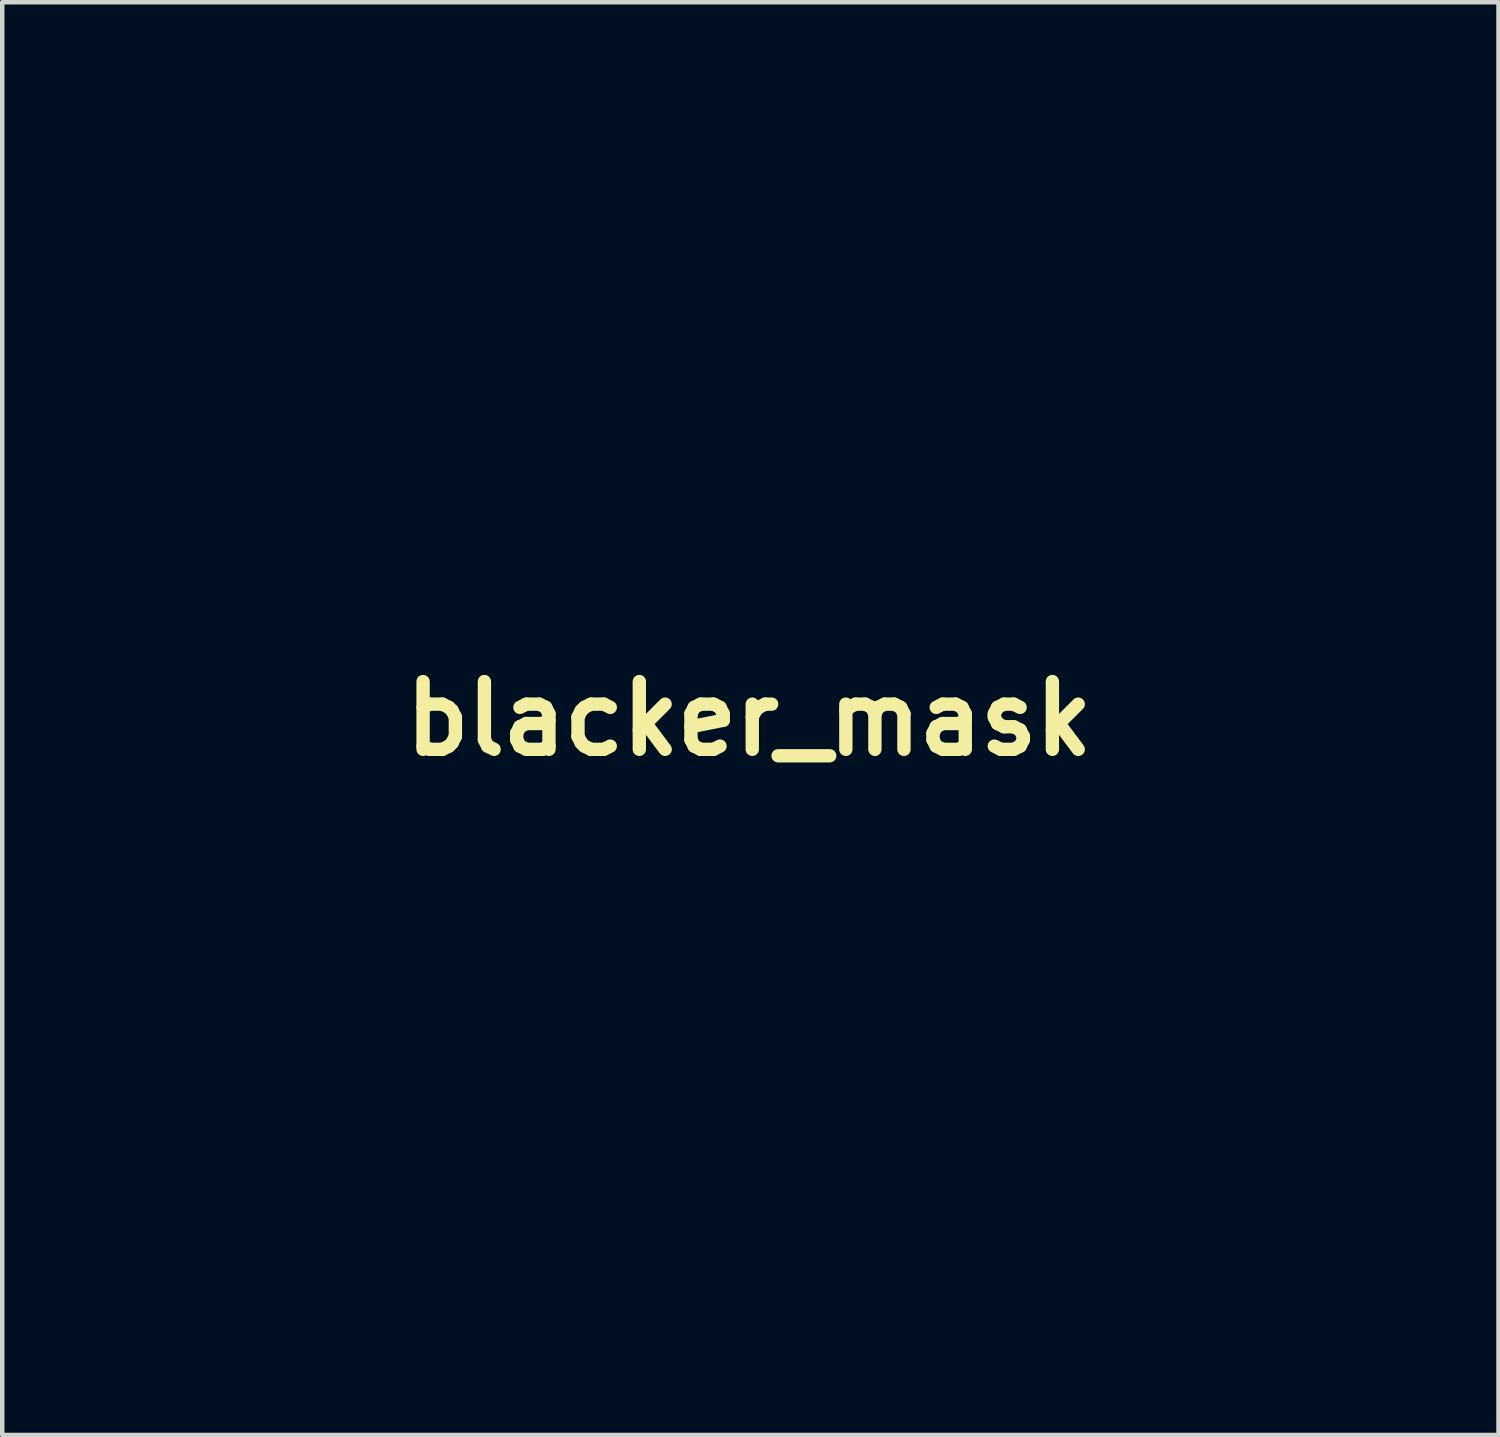
<source format=kicad_pcb>
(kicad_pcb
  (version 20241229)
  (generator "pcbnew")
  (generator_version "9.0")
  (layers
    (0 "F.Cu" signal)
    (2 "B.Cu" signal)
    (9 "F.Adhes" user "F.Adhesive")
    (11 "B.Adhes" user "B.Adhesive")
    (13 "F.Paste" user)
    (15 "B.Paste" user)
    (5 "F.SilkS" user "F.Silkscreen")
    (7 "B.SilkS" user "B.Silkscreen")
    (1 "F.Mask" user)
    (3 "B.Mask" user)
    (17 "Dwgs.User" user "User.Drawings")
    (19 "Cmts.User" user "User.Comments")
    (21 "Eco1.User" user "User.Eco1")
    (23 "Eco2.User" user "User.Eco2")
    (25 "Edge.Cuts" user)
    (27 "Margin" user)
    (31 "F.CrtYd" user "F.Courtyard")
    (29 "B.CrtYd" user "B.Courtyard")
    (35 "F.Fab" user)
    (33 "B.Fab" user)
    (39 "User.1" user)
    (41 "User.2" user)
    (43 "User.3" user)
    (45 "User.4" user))
  (footprint "blacker_mask"
    (layer "F.Cu")
    (at 13.794 13.111)
    (property "Reference" "blacker_mask" (at 0 0 0) (layer "F.SilkS") (effects (font (size 1.524 1.524) (thickness 0.3))))
    (attr through_hole)
    (fp_poly (pts (xy -2.685 -8.527) (xy -2.721 -8.491) (xy -2.758 -8.527) (xy -2.721 -8.563) (xy -2.685 -8.527)) (stroke (width 0.01) (type solid)) (fill yes) (layer "F.Mask"))
    (fp_poly (pts (xy 2.685 -8.672) (xy 2.649 -8.636) (xy 2.613 -8.672) (xy 2.649 -8.709) (xy 2.685 -8.672)) (stroke (width 0.01) (type solid)) (fill yes) (layer "F.Mask"))
    (fp_poly (pts (xy -4.069 11.285) (xy -3.947 11.376) (xy -3.942 11.495) (xy -4.049 11.583) (xy -4.256 11.597) (xy -4.437 11.563) (xy -4.53 11.491) (xy -4.523 11.385) (xy -4.435 11.289) (xy -4.291 11.25) (xy -4.069 11.285)) (stroke (width 0.01) (type solid)) (fill yes) (layer "F.Mask"))
    (fp_poly (pts (xy -1.474 11.654) (xy -1.391 11.796) (xy -1.319 11.987) (xy -1.338 12.084) (xy -1.46 12.118) (xy -1.532 12.119) (xy -1.684 12.106) (xy -1.722 12.05) (xy -1.705 11.992) (xy -1.638 11.81) (xy -1.616 11.738) (xy -1.554 11.624) (xy -1.474 11.654)) (stroke (width 0.01) (type solid)) (fill yes) (layer "F.Mask"))
    (fp_poly (pts (xy -4.124 11.864) (xy -3.982 11.952) (xy -3.935 12.066) (xy -3.953 12.116) (xy -4.052 12.166) (xy -4.225 12.19) (xy -4.404 12.184) (xy -4.521 12.146) (xy -4.524 12.144) (xy -4.565 12.037) (xy -4.572 11.962) (xy -4.537 11.868) (xy -4.407 11.832) (xy -4.327 11.829) (xy -4.124 11.864)) (stroke (width 0.01) (type solid)) (fill yes) (layer "F.Mask"))
    (fp_poly (pts (xy 4.63 11.219) (xy 4.68 11.32) (xy 4.695 11.48) (xy 4.602 11.584) (xy 4.386 11.65) (xy 4.34 11.658) (xy 4.167 11.675) (xy 4.085 11.63) (xy 4.045 11.496) (xy 4.044 11.492) (xy 4.02 11.342) (xy 4.045 11.264) (xy 4.153 11.225) (xy 4.341 11.198) (xy 4.532 11.183) (xy 4.63 11.219)) (stroke (width 0.01) (type solid)) (fill yes) (layer "F.Mask"))
    (fp_poly (pts (xy 6.752 8.044) (xy 7.038 8.224) (xy 7.337 8.411) (xy 7.524 8.527) (xy 7.777 8.711) (xy 7.891 8.872) (xy 7.866 9.023) (xy 7.705 9.179) (xy 7.573 9.263) (xy 7.33 9.389) (xy 7.013 9.529) (xy 6.688 9.656) (xy 6.662 9.666) (xy 6.098 9.865) (xy 6.049 9.671) (xy 6.034 9.493) (xy 6.043 9.217) (xy 6.072 8.887) (xy 6.115 8.549) (xy 6.167 8.246) (xy 6.223 8.023) (xy 6.243 7.972) (xy 6.331 7.779) (xy 6.752 8.044)) (stroke (width 0.01) (type solid)) (fill yes) (layer "F.Mask"))
    (fp_poly (pts (xy -9.55 2.609) (xy -9.531 2.798) (xy -9.517 3.085) (xy -9.509 3.446) (xy -9.507 3.737) (xy -9.51 4.136) (xy -9.519 4.478) (xy -9.532 4.74) (xy -9.548 4.899) (xy -9.561 4.935) (xy -9.654 4.9) (xy -9.812 4.815) (xy -9.842 4.797) (xy -10.146 4.536) (xy -10.334 4.211) (xy -10.398 3.848) (xy -10.33 3.475) (xy -10.271 3.343) (xy -10.16 3.165) (xy -10.006 2.961) (xy -9.838 2.767) (xy -9.687 2.615) (xy -9.583 2.542) (xy -9.571 2.54) (xy -9.55 2.609)) (stroke (width 0.01) (type solid)) (fill yes) (layer "F.Mask"))
    (fp_poly (pts (xy 9.896 2.511) (xy 10.146 2.723) (xy 10.151 2.727) (xy 10.459 3.072) (xy 10.624 3.42) (xy 10.646 3.766) (xy 10.525 4.104) (xy 10.26 4.429) (xy 10.232 4.455) (xy 10.058 4.602) (xy 9.924 4.697) (xy 9.876 4.717) (xy 9.824 4.653) (xy 9.778 4.495) (xy 9.769 4.445) (xy 9.742 4.229) (xy 9.712 3.935) (xy 9.688 3.665) (xy 9.661 3.335) (xy 9.63 2.997) (xy 9.608 2.776) (xy 9.598 2.541) (xy 9.634 2.419) (xy 9.729 2.41) (xy 9.896 2.511)) (stroke (width 0.01) (type solid)) (fill yes) (layer "F.Mask"))
    (fp_poly (pts (xy -6.206 8.087) (xy -6.142 8.26) (xy -6.079 8.524) (xy -6.024 8.85) (xy -5.982 9.213) (xy -5.975 9.307) (xy -5.954 9.63) (xy -5.96 9.826) (xy -6.014 9.917) (xy -6.136 9.92) (xy -6.346 9.856) (xy -6.496 9.802) (xy -6.841 9.666) (xy -7.175 9.512) (xy -7.454 9.361) (xy -7.633 9.237) (xy -7.712 9.113) (xy -7.677 8.969) (xy -7.522 8.798) (xy -7.24 8.591) (xy -6.962 8.42) (xy -6.689 8.261) (xy -6.462 8.133) (xy -6.311 8.052) (xy -6.266 8.031) (xy -6.206 8.087)) (stroke (width 0.01) (type solid)) (fill yes) (layer "F.Mask"))
    (fp_poly (pts (xy -2.092 -3.314) (xy -1.732 -3.298) (xy -1.328 -3.274) (xy -0.905 -3.245) (xy -0.491 -3.213) (xy -0.112 -3.18) (xy 0.207 -3.147) (xy 0.44 -3.116) (xy 0.559 -3.09) (xy 0.568 -3.085) (xy 0.545 -3.017) (xy 0.431 -2.895) (xy 0.259 -2.744) (xy 0.058 -2.592) (xy -0.141 -2.464) (xy -0.177 -2.444) (xy -0.299 -2.384) (xy -0.424 -2.342) (xy -0.577 -2.316) (xy -0.787 -2.303) (xy -1.079 -2.3) (xy -1.483 -2.306) (xy -1.61 -2.308) (xy -2.268 -2.309) (xy -2.865 -2.286) (xy -3.38 -2.24) (xy -3.794 -2.174) (xy -4.089 -2.089) (xy -4.147 -2.063) (xy -4.31 -2.006) (xy -4.51 -1.97) (xy -4.701 -1.958) (xy -4.832 -1.975) (xy -4.862 -2.005) (xy -4.81 -2.146) (xy -4.674 -2.338) (xy -4.486 -2.544) (xy -4.276 -2.727) (xy -4.246 -2.75) (xy -3.732 -3.037) (xy -3.135 -3.233) (xy -2.576 -3.317) (xy -2.383 -3.321) (xy -2.092 -3.314)) (stroke (width 0.01) (type solid)) (fill yes) (layer "F.Mask"))
    (fp_poly (pts (xy 12.225 0.275) (xy 12.248 0.365) (xy 12.262 0.549) (xy 12.265 0.665) (xy 12.279 0.876) (xy 12.317 0.999) (xy 12.342 1.016) (xy 12.442 0.978) (xy 12.613 0.879) (xy 12.733 0.8) (xy 12.951 0.667) (xy 13.204 0.537) (xy 13.456 0.425) (xy 13.672 0.347) (xy 13.815 0.317) (xy 13.849 0.326) (xy 13.827 0.401) (xy 13.709 0.547) (xy 13.512 0.75) (xy 13.255 0.992) (xy 12.956 1.258) (xy 12.634 1.53) (xy 12.305 1.793) (xy 11.99 2.03) (xy 11.745 2.2) (xy 11.43 2.405) (xy 11.153 2.583) (xy 10.939 2.716) (xy 10.814 2.789) (xy 10.797 2.796) (xy 10.678 2.777) (xy 10.564 2.691) (xy 10.436 2.575) (xy 10.232 2.418) (xy 10.024 2.271) (xy 9.772 2.097) (xy 9.619 1.973) (xy 9.54 1.873) (xy 9.511 1.769) (xy 9.508 1.7) (xy 9.563 1.526) (xy 9.735 1.365) (xy 10.035 1.212) (xy 10.45 1.065) (xy 10.828 0.93) (xy 11.241 0.751) (xy 11.605 0.568) (xy 11.626 0.555) (xy 11.879 0.417) (xy 12.082 0.319) (xy 12.204 0.274) (xy 12.225 0.275)) (stroke (width 0.01) (type solid)) (fill yes) (layer "F.Mask"))
    (fp_poly (pts (xy -12.103 0.559) (xy -11.929 0.63) (xy -11.688 0.746) (xy -11.531 0.826) (xy -11.16 1.005) (xy -10.734 1.186) (xy -10.336 1.334) (xy -10.277 1.353) (xy -9.877 1.5) (xy -9.615 1.641) (xy -9.481 1.785) (xy -9.467 1.938) (xy -9.497 2.009) (xy -9.583 2.122) (xy -9.743 2.299) (xy -9.944 2.504) (xy -9.974 2.533) (xy -10.166 2.726) (xy -10.308 2.884) (xy -10.375 2.978) (xy -10.378 2.986) (xy -10.405 3.037) (xy -10.498 3.032) (xy -10.671 2.969) (xy -10.94 2.84) (xy -11.237 2.685) (xy -11.59 2.489) (xy -11.959 2.268) (xy -12.284 2.06) (xy -12.398 1.981) (xy -12.631 1.803) (xy -12.891 1.583) (xy -13.155 1.344) (xy -13.401 1.109) (xy -13.604 0.9) (xy -13.741 0.739) (xy -13.789 0.652) (xy -13.73 0.631) (xy -13.562 0.686) (xy -13.294 0.813) (xy -12.937 1.007) (xy -12.683 1.155) (xy -12.424 1.305) (xy -12.218 1.421) (xy -12.092 1.486) (xy -12.067 1.495) (xy -12.071 1.421) (xy -12.096 1.245) (xy -12.134 1.031) (xy -12.172 0.791) (xy -12.187 0.615) (xy -12.179 0.544) (xy -12.103 0.559)) (stroke (width 0.01) (type solid)) (fill yes) (layer "F.Mask"))
    (fp_poly (pts (xy -10.668 3.868) (xy -10.648 4.134) (xy -10.578 4.371) (xy -10.445 4.591) (xy -10.236 4.808) (xy -9.936 5.037) (xy -9.532 5.29) (xy -9.01 5.581) (xy -8.879 5.651) (xy -8.498 5.857) (xy -8.129 6.061) (xy -7.808 6.245) (xy -7.569 6.389) (xy -7.503 6.431) (xy -7.245 6.623) (xy -6.983 6.854) (xy -6.741 7.097) (xy -6.544 7.325) (xy -6.419 7.512) (xy -6.386 7.611) (xy -6.45 7.744) (xy -6.646 7.907) (xy -6.787 7.997) (xy -7.078 8.174) (xy -7.39 8.368) (xy -7.555 8.473) (xy -7.751 8.597) (xy -7.89 8.683) (xy -7.937 8.709) (xy -7.979 8.653) (xy -8.064 8.518) (xy -8.077 8.496) (xy -8.21 8.317) (xy -8.405 8.135) (xy -8.681 7.937) (xy -9.054 7.711) (xy -9.543 7.443) (xy -9.59 7.418) (xy -10.166 7.113) (xy -10.623 6.858) (xy -10.977 6.644) (xy -11.239 6.457) (xy -11.423 6.287) (xy -11.542 6.121) (xy -11.609 5.949) (xy -11.637 5.757) (xy -11.64 5.58) (xy -11.625 5.333) (xy -11.576 5.109) (xy -11.48 4.858) (xy -11.33 4.55) (xy -11.171 4.255) (xy -11.013 3.985) (xy -10.882 3.784) (xy -10.847 3.737) (xy -10.669 3.52) (xy -10.668 3.868)) (stroke (width 0.01) (type solid)) (fill yes) (layer "F.Mask"))
    (fp_poly (pts (xy -1.69 -1.317) (xy -1.652 -1.252) (xy -1.651 -1.088) (xy -1.655 -1.016) (xy -1.662 -0.854) (xy -1.67 -0.57) (xy -1.678 -0.19) (xy -1.685 0.264) (xy -1.692 0.766) (xy -1.697 1.161) (xy -1.705 1.803) (xy -1.719 2.319) (xy -1.739 2.73) (xy -1.77 3.057) (xy -1.813 3.319) (xy -1.871 3.536) (xy -1.948 3.728) (xy -2.045 3.916) (xy -2.07 3.961) (xy -2.202 4.151) (xy -2.38 4.36) (xy -2.573 4.556) (xy -2.749 4.709) (xy -2.876 4.786) (xy -2.897 4.79) (xy -3.017 4.814) (xy -3.088 4.837) (xy -3.164 4.85) (xy -3.187 4.785) (xy -3.166 4.611) (xy -3.165 4.601) (xy -3.142 4.416) (xy -3.117 4.127) (xy -3.093 3.775) (xy -3.074 3.434) (xy -3.031 2.551) (xy -3.223 2.358) (xy -3.37 2.235) (xy -3.514 2.195) (xy -3.715 2.216) (xy -4.013 2.266) (xy -3.969 1.994) (xy -3.86 1.695) (xy -3.657 1.444) (xy -3.433 1.302) (xy -3.264 1.192) (xy -3.132 0.997) (xy -3.029 0.698) (xy -2.944 0.276) (xy -2.934 0.21) (xy -2.85 -0.252) (xy -2.746 -0.595) (xy -2.61 -0.843) (xy -2.428 -1.024) (xy -2.244 -1.134) (xy -2.024 -1.234) (xy -1.836 -1.303) (xy -1.778 -1.318) (xy -1.69 -1.317)) (stroke (width 0.01) (type solid)) (fill yes) (layer "F.Mask"))
    (fp_poly (pts (xy 11.072 3.632) (xy 11.155 3.739) (xy 11.281 3.942) (xy 11.432 4.209) (xy 11.588 4.503) (xy 11.732 4.792) (xy 11.845 5.04) (xy 11.898 5.176) (xy 11.933 5.449) (xy 11.853 5.724) (xy 11.647 6.019) (xy 11.456 6.218) (xy 11.282 6.367) (xy 11.044 6.546) (xy 10.774 6.735) (xy 10.502 6.914) (xy 10.26 7.061) (xy 10.077 7.158) (xy 9.994 7.185) (xy 9.877 7.225) (xy 9.673 7.333) (xy 9.412 7.489) (xy 9.124 7.674) (xy 8.839 7.869) (xy 8.586 8.053) (xy 8.395 8.208) (xy 8.317 8.285) (xy 8.154 8.466) (xy 8.053 8.547) (xy 7.988 8.543) (xy 7.947 8.492) (xy 7.867 8.424) (xy 7.694 8.307) (xy 7.463 8.164) (xy 7.404 8.129) (xy 7.046 7.908) (xy 6.758 7.706) (xy 6.558 7.536) (xy 6.464 7.415) (xy 6.459 7.391) (xy 6.506 7.308) (xy 6.629 7.153) (xy 6.804 6.957) (xy 6.832 6.927) (xy 7.246 6.552) (xy 7.786 6.166) (xy 8.437 5.778) (xy 9.137 5.421) (xy 9.478 5.254) (xy 9.803 5.085) (xy 10.071 4.936) (xy 10.213 4.848) (xy 10.518 4.568) (xy 10.766 4.203) (xy 10.916 3.812) (xy 10.921 3.788) (xy 10.967 3.634) (xy 11.023 3.602) (xy 11.072 3.632)) (stroke (width 0.01) (type solid)) (fill yes) (layer "F.Mask"))
    (fp_poly (pts (xy 0.003 -13.02) (xy 0.079 -12.948) (xy 0.286 -12.697) (xy 0.486 -12.363) (xy 0.659 -11.992) (xy 0.782 -11.633) (xy 0.834 -11.331) (xy 0.834 -11.307) (xy 0.843 -11.105) (xy 0.865 -10.979) (xy 0.88 -10.959) (xy 0.971 -10.984) (xy 1.138 -11.047) (xy 1.186 -11.067) (xy 1.591 -11.175) (xy 1.955 -11.148) (xy 2.266 -10.991) (xy 2.512 -10.709) (xy 2.566 -10.612) (xy 2.713 -10.285) (xy 2.783 -10.02) (xy 2.785 -9.757) (xy 2.724 -9.441) (xy 2.717 -9.413) (xy 2.633 -9.095) (xy 2.564 -8.906) (xy 2.492 -8.833) (xy 2.4 -8.862) (xy 2.271 -8.979) (xy 2.22 -9.033) (xy 2.061 -9.192) (xy 1.934 -9.269) (xy 1.778 -9.286) (xy 1.568 -9.269) (xy 1.301 -9.225) (xy 1.06 -9.159) (xy 0.969 -9.121) (xy 0.743 -8.931) (xy 0.556 -8.632) (xy 0.427 -8.259) (xy 0.382 -7.978) (xy 0.343 -7.547) (xy -0.049 -7.547) (xy -0.309 -7.564) (xy -0.45 -7.613) (xy -0.468 -7.638) (xy -0.498 -7.765) (xy -0.535 -7.965) (xy -0.544 -8.019) (xy -0.671 -8.492) (xy -0.875 -8.851) (xy -1.152 -9.091) (xy -1.496 -9.206) (xy -1.646 -9.216) (xy -2.021 -9.177) (xy -2.279 -9.057) (xy -2.408 -8.89) (xy -2.497 -8.755) (xy -2.587 -8.752) (xy -2.684 -8.887) (xy -2.777 -9.113) (xy -2.873 -9.554) (xy -2.861 -9.993) (xy -2.748 -10.4) (xy -2.542 -10.741) (xy -2.323 -10.94) (xy -2.09 -11.064) (xy -1.863 -11.092) (xy -1.601 -11.024) (xy -1.384 -10.924) (xy -1.03 -10.745) (xy -1.108 -10.952) (xy -1.14 -11.082) (xy -1.132 -11.236) (xy -1.077 -11.451) (xy -0.984 -11.73) (xy -0.776 -12.253) (xy -0.563 -12.67) (xy -0.353 -12.963) (xy -0.288 -13.028) (xy -0.19 -13.105) (xy -0.11 -13.106) (xy 0.003 -13.02)) (stroke (width 0.01) (type solid)) (fill yes) (layer "F.Mask"))
    (fp_poly (pts (xy 2.165 -2.874) (xy 2.689 -2.694) (xy 3.087 -2.442) (xy 3.361 -2.117) (xy 3.51 -1.72) (xy 3.519 -1.673) (xy 3.522 -1.432) (xy 3.459 -1.104) (xy 3.375 -0.813) (xy 3.294 -0.534) (xy 3.242 -0.307) (xy 3.225 -0.167) (xy 3.23 -0.144) (xy 3.324 -0.1) (xy 3.507 -0.075) (xy 3.584 -0.073) (xy 3.923 -0.017) (xy 4.289 0.134) (xy 4.632 0.351) (xy 4.893 0.603) (xy 5.072 0.937) (xy 5.15 1.362) (xy 5.126 1.882) (xy 5.001 2.499) (xy 4.774 3.216) (xy 4.743 3.302) (xy 4.624 3.592) (xy 4.494 3.823) (xy 4.328 4.02) (xy 4.101 4.208) (xy 3.789 4.413) (xy 3.447 4.613) (xy 3.094 4.821) (xy 2.73 5.044) (xy 2.408 5.252) (xy 2.251 5.36) (xy 1.78 5.692) (xy 0.836 5.741) (xy -0.084 5.786) (xy -0.876 5.82) (xy -1.537 5.844) (xy -2.066 5.858) (xy -2.458 5.861) (xy -2.712 5.853) (xy -2.824 5.834) (xy -2.83 5.827) (xy -2.769 5.708) (xy -2.606 5.559) (xy -2.374 5.406) (xy -2.169 5.303) (xy -1.669 5.124) (xy -1.092 5.001) (xy -0.424 4.932) (xy 0.348 4.915) (xy 1.241 4.95) (xy 1.379 4.959) (xy 2.213 5.016) (xy 2.828 4.629) (xy 3.443 4.241) (xy 3.676 3.501) (xy 3.811 3.031) (xy 3.929 2.538) (xy 4.023 2.056) (xy 4.09 1.617) (xy 4.122 1.253) (xy 4.116 1.008) (xy 4.005 0.636) (xy 3.789 0.362) (xy 3.472 0.191) (xy 3.06 0.125) (xy 3.013 0.124) (xy 2.847 0.131) (xy 2.69 0.156) (xy 2.521 0.211) (xy 2.319 0.303) (xy 2.066 0.445) (xy 1.741 0.644) (xy 1.323 0.91) (xy 1.125 1.039) (xy 0.181 1.651) (xy 0.123 2.475) (xy 0.078 2.962) (xy 0.014 3.333) (xy -0.082 3.617) (xy -0.222 3.842) (xy -0.42 4.038) (xy -0.642 4.201) (xy -0.929 4.386) (xy -1.116 4.481) (xy -1.213 4.491) (xy -1.234 4.445) (xy -1.221 4.353) (xy -1.188 4.155) (xy -1.141 3.887) (xy -1.12 3.774) (xy -1.077 3.457) (xy -1.037 3.023) (xy -1.004 2.498) (xy -0.98 1.908) (xy -0.971 1.597) (xy -0.951 0.869) (xy -0.92 0.267) (xy -0.902 0.083) (xy 0.003 0.083) (xy 0.01 0.507) (xy 0.034 0.85) (xy 0.075 1.094) (xy 0.132 1.22) (xy 0.161 1.234) (xy 0.241 1.194) (xy 0.419 1.085) (xy 0.677 0.919) (xy 0.994 0.709) (xy 1.348 0.469) (xy 1.708 0.217) (xy 2.029 -0.017) (xy 2.291 -0.219) (xy 2.473 -0.371) (xy 2.553 -0.456) (xy 2.597 -0.61) (xy 2.628 -0.854) (xy 2.637 -1.112) (xy 2.606 -1.494) (xy 2.508 -1.772) (xy 2.326 -1.979) (xy 2.086 -2.127) (xy 1.812 -2.249) (xy 1.584 -2.302) (xy 1.366 -2.282) (xy 1.119 -2.182) (xy 0.805 -1.999) (xy 0.712 -1.94) (xy 0.095 -1.542) (xy 0.048 -0.934) (xy 0.016 -0.404) (xy 0.003 0.083) (xy -0.902 0.083) (xy -0.871 -0.228) (xy -0.796 -0.635) (xy -0.687 -0.973) (xy -0.535 -1.261) (xy -0.334 -1.518) (xy -0.073 -1.764) (xy 0.254 -2.017) (xy 0.655 -2.296) (xy 0.688 -2.319) (xy 1.685 -2.992) (xy 2.165 -2.874)) (stroke (width 0.01) (type solid)) (fill yes) (layer "F.Mask"))
    (fp_poly (pts (xy -0.037 -6.854) (xy 0.13 -6.746) (xy 0.363 -6.586) (xy 0.604 -6.416) (xy 1.311 -5.957) (xy 2.055 -5.563) (xy 2.79 -5.257) (xy 3.157 -5.138) (xy 3.675 -5.032) (xy 4.279 -4.972) (xy 4.921 -4.961) (xy 5.549 -4.997) (xy 6.115 -5.081) (xy 6.35 -5.139) (xy 7.145 -5.424) (xy 7.94 -5.815) (xy 8.661 -6.271) (xy 9.223 -6.675) (xy 9.362 -6.35) (xy 9.537 -5.81) (xy 9.655 -5.154) (xy 9.715 -4.402) (xy 9.718 -3.571) (xy 9.664 -2.679) (xy 9.555 -1.744) (xy 9.389 -0.785) (xy 9.223 -0.036) (xy 9.081 0.507) (xy 8.909 1.102) (xy 8.718 1.723) (xy 8.515 2.341) (xy 8.311 2.929) (xy 8.115 3.459) (xy 7.935 3.903) (xy 7.783 4.234) (xy 7.227 5.16) (xy 6.541 6.031) (xy 5.732 6.838) (xy 5.189 7.289) (xy 4.72 7.638) (xy 4.281 7.928) (xy 3.826 8.186) (xy 3.309 8.437) (xy 2.867 8.632) (xy 2.219 8.925) (xy 1.618 9.23) (xy 1.091 9.531) (xy 0.665 9.813) (xy 0.532 9.915) (xy 0.345 10.053) (xy 0.191 10.14) (xy 0.133 10.157) (xy 0.023 10.111) (xy -0.141 9.997) (xy -0.218 9.934) (xy -0.568 9.668) (xy -1.015 9.397) (xy -1.572 9.114) (xy -2.25 8.812) (xy -2.682 8.635) (xy -3.317 8.37) (xy -3.85 8.118) (xy -4.321 7.857) (xy -4.77 7.563) (xy -5.237 7.212) (xy -5.588 6.926) (xy -6.175 6.392) (xy -6.684 5.824) (xy -7.141 5.188) (xy -7.57 4.452) (xy -7.727 4.149) (xy -8.046 3.469) (xy -8.332 2.764) (xy -8.59 2.014) (xy -8.825 1.202) (xy -9.042 0.308) (xy -9.247 -0.684) (xy -9.443 -1.794) (xy -9.545 -2.431) (xy -9.622 -2.95) (xy -9.674 -3.374) (xy -9.703 -3.751) (xy -9.714 -4.126) (xy -9.71 -4.548) (xy -9.705 -4.717) (xy -9.704 -4.728) (xy -8.803 -4.728) (xy -8.76 -3.471) (xy -8.665 -2.101) (xy -8.469 -0.785) (xy -8.166 0.509) (xy -7.747 1.813) (xy -7.333 2.867) (xy -6.896 3.809) (xy -6.431 4.629) (xy -5.923 5.35) (xy -5.357 5.993) (xy -5.068 6.274) (xy -4.706 6.592) (xy -4.346 6.873) (xy -3.96 7.132) (xy -3.524 7.383) (xy -3.013 7.641) (xy -2.402 7.922) (xy -2.046 8.077) (xy -1.592 8.276) (xy -1.162 8.47) (xy -0.782 8.648) (xy -0.476 8.796) (xy -0.271 8.904) (xy -0.232 8.927) (xy -0.04 9.045) (xy 0.097 9.123) (xy 0.139 9.143) (xy 0.209 9.11) (xy 0.385 9.02) (xy 0.643 8.884) (xy 0.96 8.714) (xy 1.155 8.609) (xy 1.549 8.397) (xy 1.948 8.186) (xy 2.312 7.996) (xy 2.601 7.85) (xy 2.666 7.818) (xy 3.396 7.415) (xy 4.122 6.929) (xy 4.819 6.379) (xy 5.466 5.786) (xy 6.038 5.173) (xy 6.513 4.558) (xy 6.814 4.068) (xy 6.948 3.787) (xy 7.112 3.398) (xy 7.295 2.931) (xy 7.484 2.417) (xy 7.67 1.888) (xy 7.84 1.373) (xy 7.977 0.923) (xy 8.259 -0.128) (xy 8.472 -1.102) (xy 8.622 -2.046) (xy 8.717 -3.004) (xy 8.759 -3.828) (xy 8.771 -4.248) (xy 8.776 -4.614) (xy 8.776 -4.901) (xy 8.769 -5.088) (xy 8.757 -5.153) (xy 8.677 -5.116) (xy 8.512 -5.022) (xy 8.325 -4.906) (xy 7.543 -4.489) (xy 6.696 -4.193) (xy 5.803 -4.018) (xy 4.884 -3.965) (xy 3.958 -4.037) (xy 3.043 -4.234) (xy 2.382 -4.463) (xy 1.826 -4.723) (xy 1.234 -5.062) (xy 0.663 -5.443) (xy 0.455 -5.599) (xy 0.232 -5.765) (xy 0.047 -5.889) (xy -0.066 -5.949) (xy -0.078 -5.951) (xy -0.17 -5.905) (xy -0.332 -5.785) (xy -0.529 -5.617) (xy -0.534 -5.613) (xy -1.291 -5.018) (xy -2.121 -4.535) (xy -3.004 -4.168) (xy -3.92 -3.924) (xy -4.851 -3.81) (xy -5.777 -3.832) (xy -5.871 -3.842) (xy -6.431 -3.923) (xy -6.954 -4.036) (xy -7.481 -4.195) (xy -8.057 -4.41) (xy -8.52 -4.605) (xy -8.803 -4.728) (xy -9.704 -4.728) (xy -9.673 -5.309) (xy -9.616 -5.795) (xy -9.538 -6.164) (xy -9.44 -6.407) (xy -9.357 -6.498) (xy -9.274 -6.475) (xy -9.111 -6.379) (xy -8.898 -6.229) (xy -8.838 -6.183) (xy -7.988 -5.597) (xy -7.13 -5.154) (xy -6.267 -4.854) (xy -5.399 -4.698) (xy -4.529 -4.686) (xy -3.66 -4.818) (xy -2.793 -5.095) (xy -2.49 -5.226) (xy -1.757 -5.609) (xy -1.118 -6.043) (xy -0.609 -6.477) (xy -0.4 -6.668) (xy -0.23 -6.812) (xy -0.128 -6.888) (xy -0.113 -6.894) (xy -0.037 -6.854)) (stroke (width 0.01) (type solid)) (fill yes) (layer "F.Mask"))
    (fp_poly (pts (xy -7.264 -11.664) (xy -6.45 -11.535) (xy -5.685 -11.275) (xy -4.979 -10.891) (xy -4.34 -10.391) (xy -3.78 -9.784) (xy -3.306 -9.076) (xy -2.93 -8.277) (xy -2.83 -7.997) (xy -2.735 -7.677) (xy -2.644 -7.302) (xy -2.56 -6.902) (xy -2.489 -6.508) (xy -2.437 -6.15) (xy -2.409 -5.861) (xy -2.411 -5.669) (xy -2.42 -5.628) (xy -2.501 -5.516) (xy -2.593 -5.532) (xy -2.674 -5.661) (xy -2.715 -5.824) (xy -2.823 -6.23) (xy -3.014 -6.656) (xy -3.256 -7.037) (xy -3.334 -7.133) (xy -3.607 -7.366) (xy -3.891 -7.455) (xy -4.191 -7.402) (xy -4.331 -7.331) (xy -4.503 -7.236) (xy -4.599 -7.215) (xy -4.666 -7.262) (xy -4.695 -7.301) (xy -4.778 -7.476) (xy -4.759 -7.666) (xy -4.647 -7.89) (xy -4.467 -8.086) (xy -4.249 -8.183) (xy -4.035 -8.166) (xy -3.981 -8.139) (xy -3.845 -8.068) (xy -3.787 -8.094) (xy -3.793 -8.236) (xy -3.808 -8.325) (xy -3.931 -8.722) (xy -4.131 -8.998) (xy -4.416 -9.161) (xy -4.794 -9.216) (xy -4.812 -9.217) (xy -5.079 -9.185) (xy -5.311 -9.07) (xy -5.404 -9.001) (xy -5.589 -8.87) (xy -5.716 -8.83) (xy -5.817 -8.86) (xy -5.99 -9.028) (xy -6.058 -9.278) (xy -6.019 -9.591) (xy -5.901 -9.891) (xy -5.81 -10.026) (xy -5.686 -10.075) (xy -5.53 -10.072) (xy -5.332 -10.08) (xy -5.261 -10.14) (xy -5.315 -10.24) (xy -5.49 -10.373) (xy -5.686 -10.481) (xy -6.13 -10.658) (xy -6.533 -10.732) (xy -6.881 -10.704) (xy -7.154 -10.577) (xy -7.338 -10.352) (xy -7.345 -10.338) (xy -7.459 -10.184) (xy -7.583 -10.167) (xy -7.698 -10.28) (xy -7.765 -10.45) (xy -7.835 -10.631) (xy -7.914 -10.732) (xy -7.938 -10.741) (xy -8.066 -10.695) (xy -8.252 -10.58) (xy -8.451 -10.429) (xy -8.619 -10.276) (xy -8.705 -10.167) (xy -8.784 -9.921) (xy -8.742 -9.687) (xy -8.57 -9.443) (xy -8.454 -9.329) (xy -8.273 -9.15) (xy -8.194 -9.033) (xy -8.202 -8.956) (xy -8.215 -8.941) (xy -8.379 -8.859) (xy -8.569 -8.918) (xy -8.684 -9.01) (xy -8.82 -9.11) (xy -8.92 -9.103) (xy -8.951 -9.081) (xy -8.995 -9.017) (xy -8.986 -8.916) (xy -8.917 -8.747) (xy -8.802 -8.523) (xy -8.605 -8.193) (xy -8.411 -7.978) (xy -8.19 -7.851) (xy -7.909 -7.787) (xy -7.878 -7.784) (xy -7.657 -7.774) (xy -7.506 -7.821) (xy -7.372 -7.934) (xy -7.251 -8.088) (xy -7.196 -8.269) (xy -7.185 -8.488) (xy -7.171 -8.7) (xy -7.136 -8.831) (xy -7.109 -8.854) (xy -6.969 -8.791) (xy -6.822 -8.63) (xy -6.699 -8.414) (xy -6.631 -8.194) (xy -6.531 -7.883) (xy -6.352 -7.692) (xy -6.094 -7.623) (xy -5.761 -7.676) (xy -5.526 -7.767) (xy -5.335 -7.851) (xy -5.207 -7.902) (xy -5.181 -7.91) (xy -5.163 -7.846) (xy -5.153 -7.683) (xy -5.153 -7.607) (xy -5.167 -7.417) (xy -5.229 -7.268) (xy -5.366 -7.106) (xy -5.467 -7.008) (xy -5.782 -6.713) (xy -5.619 -6.35) (xy -5.51 -6.049) (xy -5.425 -5.717) (xy -5.405 -5.595) (xy -5.354 -5.203) (xy -5.573 -5.36) (xy -5.74 -5.501) (xy -5.944 -5.707) (xy -6.096 -5.879) (xy -6.264 -6.065) (xy -6.405 -6.196) (xy -6.484 -6.241) (xy -6.625 -6.277) (xy -6.842 -6.371) (xy -7.093 -6.498) (xy -7.333 -6.635) (xy -7.518 -6.761) (xy -7.584 -6.819) (xy -7.875 -7.055) (xy -8.259 -7.236) (xy -8.694 -7.354) (xy -9.138 -7.401) (xy -9.549 -7.368) (xy -9.846 -7.269) (xy -10.121 -7.065) (xy -10.299 -6.802) (xy -10.373 -6.511) (xy -10.336 -6.223) (xy -10.18 -5.97) (xy -10.155 -5.946) (xy -10.028 -5.817) (xy -9.968 -5.701) (xy -9.959 -5.546) (xy -9.982 -5.334) (xy -10.032 -4.931) (xy -10.269 -4.976) (xy -10.447 -4.987) (xy -10.55 -4.949) (xy -10.552 -4.946) (xy -10.538 -4.853) (xy -10.458 -4.677) (xy -10.329 -4.455) (xy -10.319 -4.439) (xy -10.207 -4.258) (xy -10.123 -4.091) (xy -10.056 -3.906) (xy -9.998 -3.673) (xy -9.94 -3.359) (xy -9.871 -2.932) (xy -9.703 -1.859) (xy -9.862 -1.564) (xy -10.017 -1.323) (xy -10.197 -1.149) (xy -10.423 -1.039) (xy -10.717 -0.987) (xy -11.098 -0.987) (xy -11.59 -1.034) (xy -11.829 -1.066) (xy -12.149 -1.102) (xy -12.375 -1.103) (xy -12.553 -1.067) (xy -12.618 -1.043) (xy -12.786 -0.978) (xy -12.884 -0.944) (xy -12.89 -0.943) (xy -12.907 -1.008) (xy -12.917 -1.17) (xy -12.918 -1.247) (xy -12.875 -1.534) (xy -12.759 -1.719) (xy -12.601 -1.888) (xy -12.787 -2.087) (xy -12.963 -2.308) (xy -13.1 -2.543) (xy -13.177 -2.748) (xy -13.179 -2.873) (xy -13.078 -2.972) (xy -12.908 -2.97) (xy -12.7 -2.874) (xy -12.48 -2.691) (xy -12.471 -2.682) (xy -12.192 -2.389) (xy -12.191 -2.7) (xy -12.176 -2.978) (xy -12.139 -3.197) (xy -12.085 -3.322) (xy -12.056 -3.338) (xy -11.996 -3.282) (xy -11.879 -3.134) (xy -11.728 -2.923) (xy -11.685 -2.86) (xy -11.48 -2.573) (xy -11.317 -2.391) (xy -11.169 -2.291) (xy -11.007 -2.253) (xy -10.922 -2.25) (xy -10.646 -2.305) (xy -10.459 -2.459) (xy -10.363 -2.696) (xy -10.361 -2.998) (xy -10.453 -3.349) (xy -10.642 -3.732) (xy -10.731 -3.868) (xy -10.882 -4.102) (xy -10.947 -4.25) (xy -10.932 -4.336) (xy -10.868 -4.379) (xy -10.866 -4.405) (xy -10.98 -4.42) (xy -11.005 -4.421) (xy -11.206 -4.388) (xy -11.449 -4.298) (xy -11.55 -4.246) (xy -11.854 -4.104) (xy -12.077 -4.074) (xy -12.226 -4.158) (xy -12.272 -4.232) (xy -12.304 -4.348) (xy -12.269 -4.457) (xy -12.146 -4.603) (xy -12.089 -4.661) (xy -11.889 -4.915) (xy -11.829 -5.121) (xy -11.792 -5.315) (xy -11.724 -5.439) (xy -11.648 -5.582) (xy -11.692 -5.68) (xy -11.837 -5.713) (xy -11.995 -5.684) (xy -12.217 -5.651) (xy -12.392 -5.686) (xy -12.479 -5.78) (xy -12.482 -5.807) (xy -12.424 -5.882) (xy -12.281 -5.978) (xy -12.249 -5.995) (xy -12.015 -6.151) (xy -11.732 -6.391) (xy -11.43 -6.684) (xy -11.145 -6.997) (xy -10.91 -7.297) (xy -10.882 -7.336) (xy -10.644 -7.649) (xy -10.403 -7.865) (xy -10.109 -8.022) (xy -9.842 -8.119) (xy -9.471 -8.238) (xy -9.507 -8.528) (xy -9.523 -8.732) (xy -9.534 -9.029) (xy -9.538 -9.368) (xy -9.538 -9.507) (xy -9.508 -10.011) (xy -9.419 -10.415) (xy -9.254 -10.752) (xy -9.002 -11.06) (xy -8.896 -11.163) (xy -8.498 -11.449) (xy -8.046 -11.617) (xy -7.519 -11.673) (xy -7.264 -11.664)) (stroke (width 0.01) (type solid)) (fill yes) (layer "F.Mask"))
    (fp_poly (pts (xy 7.842 -11.799) (xy 8.312 -11.676) (xy 8.739 -11.43) (xy 8.887 -11.308) (xy 9.126 -11.084) (xy 9.299 -10.873) (xy 9.417 -10.648) (xy 9.49 -10.377) (xy 9.527 -10.032) (xy 9.539 -9.583) (xy 9.54 -9.384) (xy 9.536 -8.354) (xy 9.805 -8.308) (xy 10.198 -8.17) (xy 10.58 -7.891) (xy 10.944 -7.478) (xy 10.951 -7.468) (xy 11.215 -7.142) (xy 11.52 -6.818) (xy 11.834 -6.526) (xy 12.124 -6.298) (xy 12.316 -6.183) (xy 12.473 -6.093) (xy 12.552 -6.018) (xy 12.555 -6.008) (xy 12.492 -5.925) (xy 12.338 -5.869) (xy 12.149 -5.854) (xy 11.999 -5.883) (xy 11.841 -5.918) (xy 11.749 -5.899) (xy 11.729 -5.789) (xy 11.771 -5.597) (xy 11.856 -5.362) (xy 11.971 -5.127) (xy 12.099 -4.931) (xy 12.137 -4.888) (xy 12.292 -4.666) (xy 12.308 -4.481) (xy 12.185 -4.333) (xy 12.176 -4.328) (xy 12.07 -4.297) (xy 11.917 -4.329) (xy 11.68 -4.432) (xy 11.648 -4.447) (xy 11.363 -4.569) (xy 11.132 -4.634) (xy 10.977 -4.639) (xy 10.921 -4.58) (xy 10.929 -4.545) (xy 10.913 -4.433) (xy 10.833 -4.249) (xy 10.747 -4.099) (xy 10.537 -3.718) (xy 10.4 -3.365) (xy 10.347 -3.068) (xy 10.371 -2.885) (xy 10.49 -2.697) (xy 10.667 -2.544) (xy 10.848 -2.469) (xy 10.873 -2.467) (xy 11.1 -2.525) (xy 11.343 -2.675) (xy 11.547 -2.881) (xy 11.599 -2.96) (xy 11.793 -3.263) (xy 11.955 -3.454) (xy 12.076 -3.525) (xy 12.124 -3.508) (xy 12.174 -3.398) (xy 12.22 -3.199) (xy 12.238 -3.076) (xy 12.281 -2.716) (xy 12.52 -2.955) (xy 12.725 -3.107) (xy 12.946 -3.192) (xy 13.137 -3.198) (xy 13.226 -3.151) (xy 13.233 -3.053) (xy 13.173 -2.879) (xy 13.067 -2.67) (xy 12.934 -2.467) (xy 12.843 -2.359) (xy 12.637 -2.141) (xy 12.814 -1.937) (xy 12.962 -1.679) (xy 12.966 -1.405) (xy 12.931 -1.294) (xy 12.88 -1.213) (xy 12.801 -1.235) (xy 12.736 -1.282) (xy 12.673 -1.321) (xy 12.591 -1.347) (xy 12.471 -1.361) (xy 12.292 -1.361) (xy 12.035 -1.347) (xy 11.681 -1.32) (xy 11.208 -1.279) (xy 11.011 -1.261) (xy 10.736 -1.242) (xy 10.551 -1.254) (xy 10.4 -1.306) (xy 10.232 -1.407) (xy 10.051 -1.555) (xy 9.927 -1.706) (xy 9.904 -1.76) (xy 9.894 -1.904) (xy 9.902 -2.148) (xy 9.925 -2.449) (xy 9.939 -2.576) (xy 9.974 -2.942) (xy 10.001 -3.321) (xy 10.014 -3.642) (xy 10.014 -3.696) (xy 10.023 -3.955) (xy 10.059 -4.152) (xy 10.143 -4.344) (xy 10.293 -4.59) (xy 10.311 -4.618) (xy 10.448 -4.848) (xy 10.536 -5.037) (xy 10.56 -5.149) (xy 10.556 -5.157) (xy 10.445 -5.207) (xy 10.229 -5.197) (xy 9.954 -5.153) (xy 9.881 -5.495) (xy 9.843 -5.698) (xy 9.854 -5.829) (xy 9.932 -5.946) (xy 10.093 -6.101) (xy 10.27 -6.285) (xy 10.355 -6.445) (xy 10.378 -6.634) (xy 10.378 -6.636) (xy 10.316 -6.988) (xy 10.139 -7.266) (xy 9.863 -7.465) (xy 9.501 -7.579) (xy 9.069 -7.601) (xy 8.58 -7.525) (xy 8.423 -7.481) (xy 7.997 -7.316) (xy 7.673 -7.114) (xy 7.635 -7.082) (xy 7.299 -6.83) (xy 6.922 -6.624) (xy 6.592 -6.506) (xy 6.449 -6.431) (xy 6.25 -6.279) (xy 6.037 -6.079) (xy 6.011 -6.053) (xy 5.806 -5.847) (xy 5.623 -5.678) (xy 5.497 -5.579) (xy 5.486 -5.573) (xy 5.41 -5.541) (xy 5.375 -5.572) (xy 5.374 -5.692) (xy 5.397 -5.912) (xy 5.452 -6.203) (xy 5.537 -6.486) (xy 5.589 -6.606) (xy 5.691 -6.817) (xy 5.718 -6.945) (xy 5.665 -7.037) (xy 5.524 -7.139) (xy 5.51 -7.148) (xy 5.318 -7.317) (xy 5.174 -7.522) (xy 5.091 -7.73) (xy 5.083 -7.906) (xy 5.162 -8.018) (xy 5.18 -8.026) (xy 5.307 -8.024) (xy 5.498 -7.972) (xy 5.552 -7.951) (xy 5.873 -7.858) (xy 6.17 -7.847) (xy 6.397 -7.919) (xy 6.413 -7.93) (xy 6.506 -8.056) (xy 6.589 -8.26) (xy 6.612 -8.348) (xy 6.687 -8.561) (xy 6.804 -8.769) (xy 6.935 -8.936) (xy 7.056 -9.028) (xy 7.123 -9.028) (xy 7.159 -8.939) (xy 7.181 -8.756) (xy 7.185 -8.644) (xy 7.231 -8.325) (xy 7.375 -8.112) (xy 7.62 -8.002) (xy 7.831 -7.983) (xy 8.175 -8.033) (xy 8.451 -8.193) (xy 8.68 -8.478) (xy 8.758 -8.619) (xy 8.872 -8.832) (xy 8.967 -8.988) (xy 9.013 -9.044) (xy 9.069 -9.134) (xy 8.998 -9.225) (xy 8.951 -9.247) (xy 8.805 -9.232) (xy 8.662 -9.134) (xy 8.522 -9.029) (xy 8.396 -9.025) (xy 8.31 -9.058) (xy 8.18 -9.145) (xy 8.125 -9.234) (xy 8.165 -9.286) (xy 8.195 -9.289) (xy 8.284 -9.335) (xy 8.432 -9.453) (xy 8.522 -9.534) (xy 8.723 -9.775) (xy 8.791 -10.005) (xy 8.724 -10.242) (xy 8.521 -10.504) (xy 8.453 -10.572) (xy 8.194 -10.788) (xy 8 -10.877) (xy 7.868 -10.839) (xy 7.797 -10.686) (xy 7.754 -10.506) (xy 7.725 -10.396) (xy 7.641 -10.315) (xy 7.51 -10.318) (xy 7.395 -10.394) (xy 7.367 -10.448) (xy 7.225 -10.668) (xy 6.977 -10.819) (xy 6.654 -10.884) (xy 6.597 -10.886) (xy 6.248 -10.843) (xy 5.853 -10.729) (xy 5.478 -10.564) (xy 5.327 -10.476) (xy 5.207 -10.381) (xy 5.201 -10.308) (xy 5.249 -10.251) (xy 5.369 -10.184) (xy 5.502 -10.225) (xy 5.639 -10.289) (xy 5.727 -10.278) (xy 5.815 -10.172) (xy 5.879 -10.069) (xy 5.99 -9.799) (xy 6.022 -9.512) (xy 5.976 -9.258) (xy 5.878 -9.107) (xy 5.808 -9.045) (xy 5.748 -9.016) (xy 5.667 -9.026) (xy 5.534 -9.086) (xy 5.321 -9.201) (xy 5.153 -9.294) (xy 4.864 -9.411) (xy 4.591 -9.416) (xy 4.321 -9.331) (xy 4.069 -9.172) (xy 3.898 -8.926) (xy 3.789 -8.568) (xy 3.784 -8.543) (xy 3.749 -8.342) (xy 3.752 -8.258) (xy 3.802 -8.265) (xy 3.872 -8.312) (xy 4.085 -8.408) (xy 4.287 -8.373) (xy 4.505 -8.206) (xy 4.678 -7.95) (xy 4.71 -7.676) (xy 4.638 -7.463) (xy 4.56 -7.316) (xy 4.403 -7.463) (xy 4.132 -7.633) (xy 3.844 -7.665) (xy 3.553 -7.564) (xy 3.273 -7.332) (xy 3.095 -7.099) (xy 2.973 -6.898) (xy 2.87 -6.684) (xy 2.771 -6.422) (xy 2.663 -6.08) (xy 2.567 -5.745) (xy 2.491 -5.676) (xy 2.449 -5.68) (xy 2.402 -5.768) (xy 2.38 -5.972) (xy 2.384 -6.265) (xy 2.413 -6.62) (xy 2.465 -7.01) (xy 2.503 -7.228) (xy 2.739 -8.13) (xy 3.085 -8.953) (xy 3.532 -9.687) (xy 4.073 -10.326) (xy 4.699 -10.862) (xy 5.403 -11.287) (xy 6.177 -11.594) (xy 7.013 -11.776) (xy 7.3 -11.806) (xy 7.842 -11.799)) (stroke (width 0.01) (type solid)) (fill yes) (layer "F.Mask"))
    (fp_poly (pts (xy 8.065 9.449) (xy 8.123 9.619) (xy 8.163 9.888) (xy 8.187 10.224) (xy 8.194 10.593) (xy 8.184 10.959) (xy 8.158 11.29) (xy 8.116 11.551) (xy 8.059 11.708) (xy 8.046 11.723) (xy 7.888 11.836) (xy 7.626 11.978) (xy 7.294 12.135) (xy 6.925 12.29) (xy 6.554 12.429) (xy 6.313 12.507) (xy 5.153 12.795) (xy 3.884 12.993) (xy 3.883 12.993) (xy 3.639 13.012) (xy 3.271 13.03) (xy 2.799 13.047) (xy 2.243 13.062) (xy 1.623 13.075) (xy 0.959 13.085) (xy 0.27 13.094) (xy -0.425 13.099) (xy -1.104 13.103) (xy -1.748 13.103) (xy -2.338 13.1) (xy -2.854 13.094) (xy -3.276 13.085) (xy -3.583 13.072) (xy -3.701 13.063) (xy -4.753 12.926) (xy -5.68 12.749) (xy -6.478 12.532) (xy -6.889 12.373) (xy -4.969 12.373) (xy -4.607 12.416) (xy -4.241 12.455) (xy -3.991 12.466) (xy -3.83 12.45) (xy -3.732 12.404) (xy -3.701 12.373) (xy -3.689 12.34) (xy -3.403 12.34) (xy -3.402 12.49) (xy -3.396 12.521) (xy -3.316 12.538) (xy -3.124 12.561) (xy -2.854 12.585) (xy -2.675 12.599) (xy -2.349 12.618) (xy -2.139 12.621) (xy -2.017 12.604) (xy -1.956 12.564) (xy -1.937 12.528) (xy -1.847 12.456) (xy -1.678 12.414) (xy -1.477 12.402) (xy -1.294 12.421) (xy -1.179 12.473) (xy -1.161 12.513) (xy -1.096 12.633) (xy -0.904 12.691) (xy -0.855 12.694) (xy -0.801 12.682) (xy -0.785 12.624) (xy -0.811 12.495) (xy -0.882 12.27) (xy -0.953 12.065) (xy -1.004 11.922) (xy -0.652 11.922) (xy -0.644 12.239) (xy -0.617 12.443) (xy -0.561 12.565) (xy -0.466 12.637) (xy -0.435 12.651) (xy -0.291 12.676) (xy -0.068 12.681) (xy 0.181 12.667) (xy 0.405 12.639) (xy 0.554 12.601) (xy 0.58 12.585) (xy 0.641 12.463) (xy 0.669 12.336) (xy 0.637 12.191) (xy 0.535 12.123) (xy 0.419 12.145) (xy 0.343 12.261) (xy 0.285 12.361) (xy 0.154 12.404) (xy 0.015 12.41) (xy -0.214 12.382) (xy -0.318 12.296) (xy -0.319 12.295) (xy -0.357 12.104) (xy -0.359 11.874) (xy -0.328 11.668) (xy -0.276 11.553) (xy -0.109 11.474) (xy 0.095 11.48) (xy 0.267 11.564) (xy 0.307 11.611) (xy 0.432 11.733) (xy 0.557 11.751) (xy 0.641 11.667) (xy 0.653 11.59) (xy 0.647 11.559) (xy 0.853 11.559) (xy 0.862 11.865) (xy 0.875 12.161) (xy 0.893 12.4) (xy 0.911 12.547) (xy 0.918 12.573) (xy 1.01 12.618) (xy 1.093 12.627) (xy 1.185 12.602) (xy 1.226 12.499) (xy 1.234 12.337) (xy 1.243 12.155) (xy 1.268 12.054) (xy 1.278 12.047) (xy 1.353 12.089) (xy 1.506 12.198) (xy 1.686 12.337) (xy 1.898 12.503) (xy 2.031 12.591) (xy 2.118 12.616) (xy 2.193 12.591) (xy 2.235 12.566) (xy 2.257 12.501) (xy 2.181 12.384) (xy 1.997 12.201) (xy 1.812 12.01) (xy 1.719 11.866) (xy 1.717 11.808) (xy 1.811 11.673) (xy 1.946 11.504) (xy 2.089 11.339) (xy 2.206 11.218) (xy 2.261 11.177) (xy 2.298 11.244) (xy 2.336 11.428) (xy 2.373 11.7) (xy 2.402 12.033) (xy 2.413 12.21) (xy 2.43 12.418) (xy 2.469 12.519) (xy 2.559 12.552) (xy 2.657 12.555) (xy 3.012 12.539) (xy 3.296 12.495) (xy 3.486 12.429) (xy 3.556 12.347) (xy 3.556 12.345) (xy 3.532 12.279) (xy 3.438 12.249) (xy 3.242 12.248) (xy 3.151 12.253) (xy 2.921 12.264) (xy 2.804 12.251) (xy 2.764 12.2) (xy 2.77 12.108) (xy 2.804 12.002) (xy 2.895 11.947) (xy 3.083 11.92) (xy 3.139 11.916) (xy 3.352 11.892) (xy 3.456 11.845) (xy 3.483 11.758) (xy 3.483 11.755) (xy 3.465 11.674) (xy 3.387 11.636) (xy 3.215 11.628) (xy 3.102 11.632) (xy 2.879 11.635) (xy 2.765 11.612) (xy 2.725 11.551) (xy 2.721 11.503) (xy 2.742 11.415) (xy 2.827 11.367) (xy 3.011 11.341) (xy 3.102 11.335) (xy 3.328 11.315) (xy 3.443 11.276) (xy 3.481 11.203) (xy 3.483 11.168) (xy 3.477 11.12) (xy 3.662 11.12) (xy 3.675 11.301) (xy 3.698 11.547) (xy 3.728 11.818) (xy 3.76 12.076) (xy 3.79 12.28) (xy 3.811 12.386) (xy 3.891 12.439) (xy 3.983 12.433) (xy 4.106 12.337) (xy 4.151 12.166) (xy 4.181 12.014) (xy 4.263 11.944) (xy 4.442 11.916) (xy 4.446 11.915) (xy 4.627 11.911) (xy 4.715 11.961) (xy 4.76 12.096) (xy 4.764 12.119) (xy 4.818 12.278) (xy 4.913 12.326) (xy 4.963 12.323) (xy 5.075 12.245) (xy 5.099 12.073) (xy 5.033 11.83) (xy 5.033 11.829) (xy 5.005 11.682) (xy 5.003 11.486) (xy 4.988 11.181) (xy 4.896 10.996) (xy 4.788 10.937) (xy 4.663 10.929) (xy 4.452 10.937) (xy 4.201 10.956) (xy 3.956 10.983) (xy 3.762 11.013) (xy 3.666 11.042) (xy 3.665 11.043) (xy 3.662 11.12) (xy 3.477 11.12) (xy 3.473 11.094) (xy 3.422 11.054) (xy 3.299 11.044) (xy 3.073 11.056) (xy 2.957 11.066) (xy 2.535 11.102) (xy 2.23 11.135) (xy 2.015 11.173) (xy 1.862 11.223) (xy 1.746 11.294) (xy 1.637 11.395) (xy 1.56 11.477) (xy 1.375 11.649) (xy 1.253 11.692) (xy 1.185 11.604) (xy 1.162 11.383) (xy 1.162 11.371) (xy 1.142 11.225) (xy 1.06 11.184) (xy 1 11.189) (xy 0.924 11.208) (xy 0.878 11.256) (xy 0.856 11.364) (xy 0.853 11.559) (xy 0.647 11.559) (xy 0.619 11.415) (xy 0.501 11.308) (xy 0.278 11.258) (xy 0.053 11.249) (xy -0.272 11.259) (xy -0.478 11.307) (xy -0.593 11.418) (xy -0.642 11.618) (xy -0.652 11.922) (xy -1.004 11.922) (xy -1.083 11.702) (xy -1.18 11.454) (xy -1.259 11.299) (xy -1.333 11.216) (xy -1.416 11.182) (xy -1.521 11.176) (xy -1.627 11.186) (xy -1.709 11.235) (xy -1.788 11.348) (xy -1.884 11.553) (xy -1.97 11.76) (xy -2.208 12.343) (xy -2.61 12.322) (xy -3.012 12.301) (xy -2.996 11.702) (xy -2.99 11.409) (xy -2.996 11.231) (xy -3.023 11.141) (xy -3.076 11.108) (xy -3.15 11.103) (xy -3.23 11.111) (xy -3.283 11.152) (xy -3.318 11.254) (xy -3.344 11.442) (xy -3.369 11.745) (xy -3.373 11.798) (xy -3.393 12.099) (xy -3.403 12.34) (xy -3.689 12.34) (xy -3.644 12.209) (xy -3.648 11.974) (xy -3.658 11.782) (xy -3.635 11.659) (xy -3.622 11.643) (xy -3.56 11.532) (xy -3.572 11.362) (xy -3.648 11.197) (xy -3.69 11.15) (xy -3.85 11.069) (xy -4.123 11.023) (xy -4.324 11.011) (xy -4.823 10.995) (xy -4.874 11.394) (xy -4.908 11.684) (xy -4.937 11.97) (xy -4.947 12.083) (xy -4.969 12.373) (xy -6.889 12.373) (xy -7.142 12.276) (xy -7.348 12.175) (xy -7.563 12.046) (xy -7.719 11.907) (xy -7.822 11.734) (xy -7.88 11.501) (xy -7.9 11.185) (xy -7.891 10.763) (xy -7.877 10.489) (xy -7.855 10.148) (xy -7.833 9.861) (xy -7.812 9.658) (xy -7.796 9.571) (xy -7.722 9.577) (xy -7.553 9.639) (xy -7.323 9.744) (xy -7.275 9.768) (xy -6.648 10.029) (xy -5.882 10.249) (xy -4.981 10.428) (xy -3.944 10.566) (xy -2.775 10.662) (xy -1.488 10.715) (xy -0.041 10.73) (xy 1.321 10.703) (xy 2.591 10.634) (xy 3.76 10.525) (xy 4.822 10.376) (xy 5.768 10.189) (xy 6.59 9.965) (xy 7.28 9.704) (xy 7.396 9.65) (xy 7.702 9.509) (xy 7.903 9.435) (xy 8.019 9.421) (xy 8.065 9.449)) (stroke (width 0.01) (type solid)) (fill yes) (layer "F.Mask")))
  (gr_rect
    (start -3 -3)
    (end 30.647 29.219)
    (stroke (width 0.1) (type default))
    (fill no)
    (layer "Edge.Cuts")))
</source>
